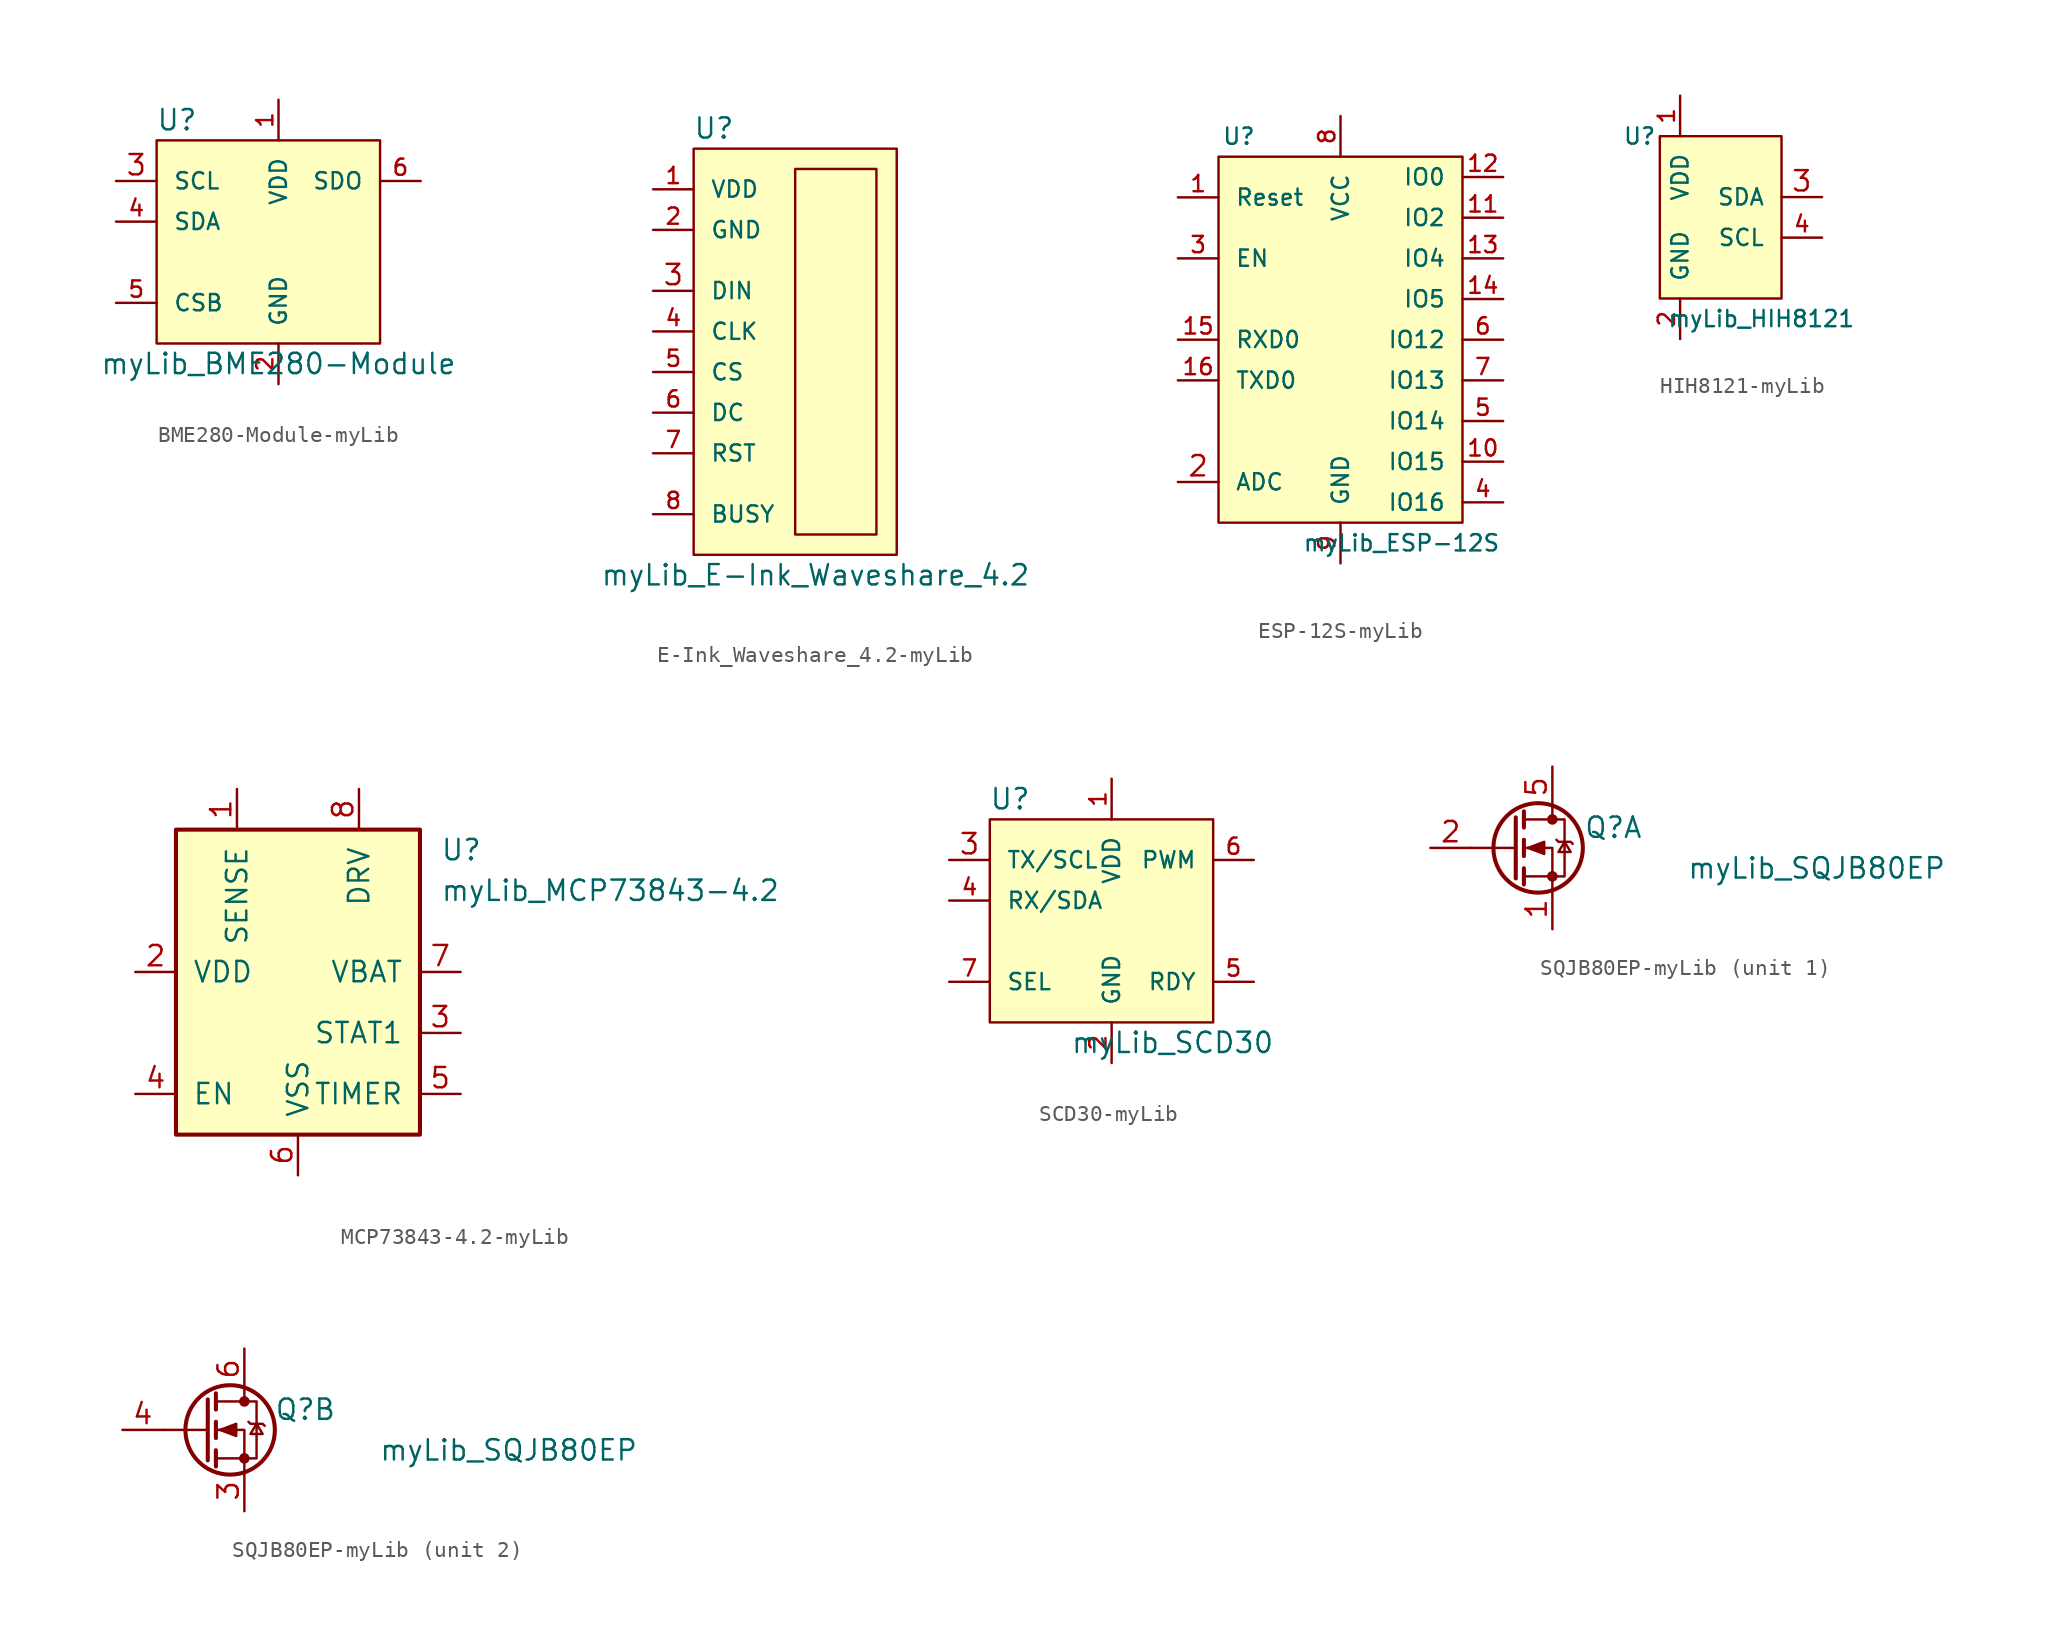
<source format=kicad_sym>
(kicad_symbol_lib
  (version 20220914)
  (generator kicad_symbol_editor)
  (symbol "BME280-Module-myLib"
    (pin_names
      (offset 1.016))
    (property "Reference" "U"
      (at -6.35 7.62 0)
      (effects (font (size 1.27 1.27))))
    (property "Value" "myLib_BME280-Module"
      (at 0 -7.62 0)
      (effects (font (size 1.27 1.27))))
    (symbol "BME280-Module-myLib_1_1"
      (polyline (pts (xy -7.62 6.35) (xy 6.35 6.35) (xy 6.35 -6.35) (xy -7.62 -6.35) (xy -7.62 6.35)) (stroke (width 0) (type solid)) (fill (type background)))
      (pin power_in line (at 0 8.89 270) (length 2.54) (name "VDD" (effects (font (size 1.016 1.016)))) (number "1" (effects (font (size 1.016 1.016)))))
      (pin power_in line (at 0 -8.89 90) (length 2.54) (name "GND" (effects (font (size 1.016 1.016)))) (number "2" (effects (font (size 1.016 1.016)))))
      (pin bidirectional line (at -10.16 3.81 0) (length 2.54) (name "SCL" (effects (font (size 1.016 1.016)))) (number "3" (effects (font (size 1.27 1.27)))))
      (pin bidirectional line (at -10.16 1.27 0) (length 2.54) (name "SDA" (effects (font (size 1.016 1.016)))) (number "4" (effects (font (size 1.016 1.016)))))
      (pin input line (at -10.16 -3.81 0) (length 2.54) (name "CSB" (effects (font (size 1.016 1.016)))) (number "5" (effects (font (size 1.016 1.016)))))
      (pin output line (at 8.89 3.81 180) (length 2.54) (name "SDO" (effects (font (size 1.016 1.016)))) (number "6" (effects (font (size 1.016 1.016)))))))
  (symbol "E-Ink_Waveshare_4.2-myLib"
    (pin_names
      (offset 1.016))
    (property "Reference" "U"
      (at -6.35 13.97 0)
      (effects (font (size 1.27 1.27))))
    (property "Value" "myLib_E-Ink_Waveshare_4.2"
      (at 0 -13.97 0)
      (effects (font (size 1.27 1.27))))
    (symbol "E-Ink_Waveshare_4.2-myLib_0_1"
      (rectangle (start -1.27 -11.43) (end 3.81 11.43) (stroke (width 0) (type solid)) (fill (type none))))
    (symbol "E-Ink_Waveshare_4.2-myLib_1_1"
      (polyline (pts (xy -7.62 12.7) (xy 5.08 12.7) (xy 5.08 -12.7) (xy -7.62 -12.7) (xy -7.62 12.7)) (stroke (width 0) (type solid)) (fill (type background)))
      (pin power_in line (at -10.16 10.16 0) (length 2.54) (name "VDD" (effects (font (size 1.016 1.016)))) (number "1" (effects (font (size 1.016 1.016)))))
      (pin power_in line (at -10.16 7.62 0) (length 2.54) (name "GND" (effects (font (size 1.016 1.016)))) (number "2" (effects (font (size 1.016 1.016)))))
      (pin input line (at -10.16 3.81 0) (length 2.54) (name "DIN" (effects (font (size 1.016 1.016)))) (number "3" (effects (font (size 1.27 1.27)))))
      (pin input line (at -10.16 1.27 0) (length 2.54) (name "CLK" (effects (font (size 1.016 1.016)))) (number "4" (effects (font (size 1.016 1.016)))))
      (pin input line (at -10.16 -1.27 0) (length 2.54) (name "CS" (effects (font (size 1.016 1.016)))) (number "5" (effects (font (size 1.016 1.016)))))
      (pin input line (at -10.16 -3.81 0) (length 2.54) (name "DC" (effects (font (size 1.016 1.016)))) (number "6" (effects (font (size 1.016 1.016)))))
      (pin input line (at -10.16 -6.35 0) (length 2.54) (name "RST" (effects (font (size 1.016 1.016)))) (number "7" (effects (font (size 1.016 1.016)))))
      (pin output line (at -10.16 -10.16 0) (length 2.54) (name "BUSY" (effects (font (size 1.016 1.016)))) (number "8" (effects (font (size 1.016 1.016)))))))
  (symbol "ESP-12S-myLib"
    (pin_names
      (offset 1.016))
    (property "Reference" "U"
      (at -6.35 12.7 0)
      (effects (font (size 1.016 1.016))))
    (property "Value" "myLib_ESP-12S"
      (at 3.81 -12.7 0)
      (effects (font (size 1.016 1.016))))
    (property "Footprint" ""
      (at -3.81 -2.54 0)
      (effects (font (size 1.524 1.524))))
    (property "Datasheet" ""
      (at -3.81 -2.54 0)
      (effects (font (size 1.524 1.524))))
    (symbol "ESP-12S-myLib_0_1"
      (polyline (pts (xy -7.62 11.43) (xy 7.62 11.43) (xy 7.62 -11.43) (xy -7.62 -11.43) (xy -7.62 11.43)) (stroke (width 0) (type solid)) (fill (type background))))
    (symbol "ESP-12S-myLib_1_1"
      (pin input line (at -10.16 8.89 0) (length 2.54) (name "Reset" (effects (font (size 1.016 1.016)))) (number "1" (effects (font (size 1.016 1.016)))))
      (pin bidirectional line (at 10.16 -7.62 180) (length 2.54) (name "IO15" (effects (font (size 1.016 1.016)))) (number "10" (effects (font (size 1.016 1.016)))))
      (pin bidirectional line (at 10.16 7.62 180) (length 2.54) (name "IO2" (effects (font (size 1.016 1.016)))) (number "11" (effects (font (size 1.016 1.016)))))
      (pin bidirectional line (at 10.16 10.16 180) (length 2.54) (name "IO0" (effects (font (size 1.016 1.016)))) (number "12" (effects (font (size 1.016 1.016)))))
      (pin bidirectional line (at 10.16 5.08 180) (length 2.54) (name "IO4" (effects (font (size 1.016 1.016)))) (number "13" (effects (font (size 1.016 1.016)))))
      (pin bidirectional line (at 10.16 2.54 180) (length 2.54) (name "IO5" (effects (font (size 1.016 1.016)))) (number "14" (effects (font (size 1.016 1.016)))))
      (pin input line (at -10.16 0 0) (length 2.54) (name "RXD0" (effects (font (size 1.016 1.016)))) (number "15" (effects (font (size 1.016 1.016)))))
      (pin output line (at -10.16 -2.54 0) (length 2.54) (name "TXD0" (effects (font (size 1.016 1.016)))) (number "16" (effects (font (size 1.016 1.016)))))
      (pin input line (at -10.16 -8.89 0) (length 2.54) (name "ADC" (effects (font (size 1.016 1.016)))) (number "2" (effects (font (size 1.27 1.27)))))
      (pin input line (at -10.16 5.08 0) (length 2.54) (name "EN" (effects (font (size 1.016 1.016)))) (number "3" (effects (font (size 1.016 1.016)))))
      (pin bidirectional line (at 10.16 -10.16 180) (length 2.54) (name "IO16" (effects (font (size 1.016 1.016)))) (number "4" (effects (font (size 1.016 1.016)))))
      (pin bidirectional line (at 10.16 -5.08 180) (length 2.54) (name "IO14" (effects (font (size 1.016 1.016)))) (number "5" (effects (font (size 1.016 1.016)))))
      (pin bidirectional line (at 10.16 0 180) (length 2.54) (name "IO12" (effects (font (size 1.016 1.016)))) (number "6" (effects (font (size 1.016 1.016)))))
      (pin bidirectional line (at 10.16 -2.54 180) (length 2.54) (name "IO13" (effects (font (size 1.016 1.016)))) (number "7" (effects (font (size 1.016 1.016)))))
      (pin power_in line (at 0 13.97 270) (length 2.54) (name "VCC" (effects (font (size 1.016 1.016)))) (number "8" (effects (font (size 1.016 1.016)))))
      (pin power_in line (at 0 -13.97 90) (length 2.54) (name "GND" (effects (font (size 1.016 1.016)))) (number "9" (effects (font (size 1.016 1.016)))))))
  (symbol "HIH8121-myLib"
    (pin_names
      (offset 1.016))
    (property "Reference" "U"
      (at -3.81 5.08 0)
      (effects (font (size 1.016 1.016))))
    (property "Value" "myLib_HIH8121"
      (at 3.81 -6.35 0)
      (effects (font (size 1.016 1.016))))
    (property "Footprint" ""
      (at 0 0 0)
      (effects (font (size 1.524 1.524))))
    (property "Datasheet" ""
      (at 0 0 0)
      (effects (font (size 1.524 1.524))))
    (symbol "HIH8121-myLib_0_1"
      (polyline (pts (xy -2.54 5.08) (xy 5.08 5.08) (xy 5.08 -5.08) (xy -2.54 -5.08) (xy -2.54 5.08)) (stroke (width 0) (type solid)) (fill (type background))))
    (symbol "HIH8121-myLib_1_1"
      (pin power_in line (at -1.27 7.62 270) (length 2.54) (name "VDD" (effects (font (size 1.016 1.016)))) (number "1" (effects (font (size 1.016 1.016)))))
      (pin power_in line (at -1.27 -7.62 90) (length 2.54) (name "GND" (effects (font (size 1.016 1.016)))) (number "2" (effects (font (size 1.016 1.016)))))
      (pin bidirectional line (at 7.62 1.27 180) (length 2.54) (name "SDA" (effects (font (size 1.016 1.016)))) (number "3" (effects (font (size 1.27 1.27)))))
      (pin input line (at 7.62 -1.27 180) (length 2.54) (name "SCL" (effects (font (size 1.016 1.016)))) (number "4" (effects (font (size 1.016 1.016)))))))
  (symbol "MCP73843-4.2-myLib"
    (pin_names
      (offset 1.016))
    (property "Reference" "U"
      (at 8.89 7.62 0)
      (effects (font (size 1.27 1.27)) (justify left)))
    (property "Value" "myLib_MCP73843-4.2"
      (at 8.89 5.08 0)
      (effects (font (size 1.27 1.27)) (justify left)))
    (symbol "MCP73843-4.2-myLib_0_1"
      (rectangle (start -7.62 8.89) (end 7.62 -10.16) (stroke (width 0.254) (type solid)) (fill (type background))))
    (symbol "MCP73843-4.2-myLib_1_1"
      (pin input line (at -3.81 11.43 270) (length 2.54) (name "SENSE" (effects (font (size 1.27 1.27)))) (number "1" (effects (font (size 1.27 1.27)))))
      (pin input line (at -10.16 0 0) (length 2.54) (name "VDD" (effects (font (size 1.27 1.27)))) (number "2" (effects (font (size 1.27 1.27)))))
      (pin open_collector line (at 10.16 -3.81 180) (length 2.54) (name "STAT1" (effects (font (size 1.27 1.27)))) (number "3" (effects (font (size 1.27 1.27)))))
      (pin input line (at -10.16 -7.62 0) (length 2.54) (name "EN" (effects (font (size 1.27 1.27)))) (number "4" (effects (font (size 1.27 1.27)))))
      (pin input line (at 10.16 -7.62 180) (length 2.54) (name "TIMER" (effects (font (size 1.27 1.27)))) (number "5" (effects (font (size 1.27 1.27)))))
      (pin power_in line (at 0 -12.7 90) (length 2.54) (name "VSS" (effects (font (size 1.27 1.27)))) (number "6" (effects (font (size 1.27 1.27)))))
      (pin input line (at 10.16 0 180) (length 2.54) (name "VBAT" (effects (font (size 1.27 1.27)))) (number "7" (effects (font (size 1.27 1.27)))))
      (pin output line (at 3.81 11.43 270) (length 2.54) (name "DRV" (effects (font (size 1.27 1.27)))) (number "8" (effects (font (size 1.27 1.27)))))))
  (symbol "SCD30-myLib"
    (pin_names
      (offset 1.016))
    (property "Reference" "U"
      (at -6.35 7.62 0)
      (effects (font (size 1.27 1.27))))
    (property "Value" "myLib_SCD30"
      (at 3.81 -7.62 0)
      (effects (font (size 1.27 1.27))))
    (symbol "SCD30-myLib_1_1"
      (polyline (pts (xy -7.62 6.35) (xy 6.35 6.35) (xy 6.35 -6.35) (xy -7.62 -6.35) (xy -7.62 6.35)) (stroke (width 0) (type solid)) (fill (type background)))
      (pin power_in line (at 0 8.89 270) (length 2.54) (name "VDD" (effects (font (size 1.016 1.016)))) (number "1" (effects (font (size 1.016 1.016)))))
      (pin power_in line (at 0 -8.89 90) (length 2.54) (name "GND" (effects (font (size 1.016 1.016)))) (number "2" (effects (font (size 1.016 1.016)))))
      (pin bidirectional line (at -10.16 3.81 0) (length 2.54) (name "TX/SCL" (effects (font (size 1.016 1.016)))) (number "3" (effects (font (size 1.27 1.27)))))
      (pin bidirectional line (at -10.16 1.27 0) (length 2.54) (name "RX/SDA" (effects (font (size 1.016 1.016)))) (number "4" (effects (font (size 1.016 1.016)))))
      (pin output line (at 8.89 -3.81 180) (length 2.54) (name "RDY" (effects (font (size 1.016 1.016)))) (number "5" (effects (font (size 1.016 1.016)))))
      (pin output line (at 8.89 3.81 180) (length 2.54) (name "PWM" (effects (font (size 1.016 1.016)))) (number "6" (effects (font (size 1.016 1.016)))))
      (pin input line (at -10.16 -3.81 0) (length 2.54) (name "SEL" (effects (font (size 1.016 1.016)))) (number "7" (effects (font (size 1.016 1.016)))))))
  (symbol "SQJB80EP-myLib"
    (pin_names
      (offset 0) hide)
    (property "Reference" "Q"
      (at 6.35 1.27 0)
      (effects (font (size 1.27 1.27))))
    (property "Value" "myLib_SQJB80EP"
      (at 19.05 -1.27 0)
      (effects (font (size 1.27 1.27))))
    (symbol "SQJB80EP-myLib_0_1"
      (polyline (pts (xy 0.254 0) (xy -2.54 0)) (stroke (width 0) (type solid)) (fill (type none)))
      (polyline (pts (xy 0.254 1.905) (xy 0.254 -1.905)) (stroke (width 0.254) (type solid)) (fill (type none)))
      (polyline (pts (xy 0.762 -1.27) (xy 0.762 -2.286)) (stroke (width 0.254) (type solid)) (fill (type none)))
      (polyline (pts (xy 0.762 0.508) (xy 0.762 -0.508)) (stroke (width 0.254) (type solid)) (fill (type none)))
      (polyline (pts (xy 0.762 2.286) (xy 0.762 1.27)) (stroke (width 0.254) (type solid)) (fill (type none)))
      (polyline (pts (xy 2.54 2.54) (xy 2.54 1.778)) (stroke (width 0) (type solid)) (fill (type none)))
      (polyline (pts (xy 2.54 -2.54) (xy 2.54 0) (xy 0.762 0)) (stroke (width 0) (type solid)) (fill (type none)))
      (polyline (pts (xy 0.762 -1.778) (xy 3.302 -1.778) (xy 3.302 1.778) (xy 0.762 1.778)) (stroke (width 0) (type solid)) (fill (type none)))
      (polyline (pts (xy 1.016 0) (xy 2.032 0.381) (xy 2.032 -0.381) (xy 1.016 0)) (stroke (width 0) (type solid)) (fill (type outline)))
      (polyline (pts (xy 2.794 0.508) (xy 2.921 0.381) (xy 3.683 0.381) (xy 3.81 0.254)) (stroke (width 0) (type solid)) (fill (type none)))
      (polyline (pts (xy 3.302 0.381) (xy 2.921 -0.254) (xy 3.683 -0.254) (xy 3.302 0.381)) (stroke (width 0) (type solid)) (fill (type none)))
      (circle (center 1.651 0) (radius 2.794) (stroke (width 0.254) (type solid)) (fill (type none)))
      (circle (center 2.54 -1.778) (radius 0.254) (stroke (width 0) (type solid)) (fill (type outline)))
      (circle (center 2.54 1.778) (radius 0.254) (stroke (width 0) (type solid)) (fill (type outline))))
    (symbol "SQJB80EP-myLib_1_1"
      (pin passive line (at 2.54 -5.08 90) (length 2.54) (name "S2" (effects (font (size 1.27 1.27)))) (number "1" (effects (font (size 1.27 1.27)))))
      (pin input line (at -5.08 0 0) (length 2.54) (name "G2" (effects (font (size 1.27 1.27)))) (number "2" (effects (font (size 1.27 1.27)))))
      (pin passive line (at 2.54 5.08 270) (length 2.54) (name "D2" (effects (font (size 1.27 1.27)))) (number "5" (effects (font (size 1.27 1.27))))))
    (symbol "SQJB80EP-myLib_2_1"
      (pin passive line (at 2.54 -5.08 90) (length 2.54) (name "S2" (effects (font (size 1.27 1.27)))) (number "3" (effects (font (size 1.27 1.27)))))
      (pin input line (at -5.08 0 0) (length 2.54) (name "G2" (effects (font (size 1.27 1.27)))) (number "4" (effects (font (size 1.27 1.27)))))
      (pin passive line (at 2.54 5.08 270) (length 2.54) (name "D2" (effects (font (size 1.27 1.27)))) (number "6" (effects (font (size 1.27 1.27))))))))
</source>
